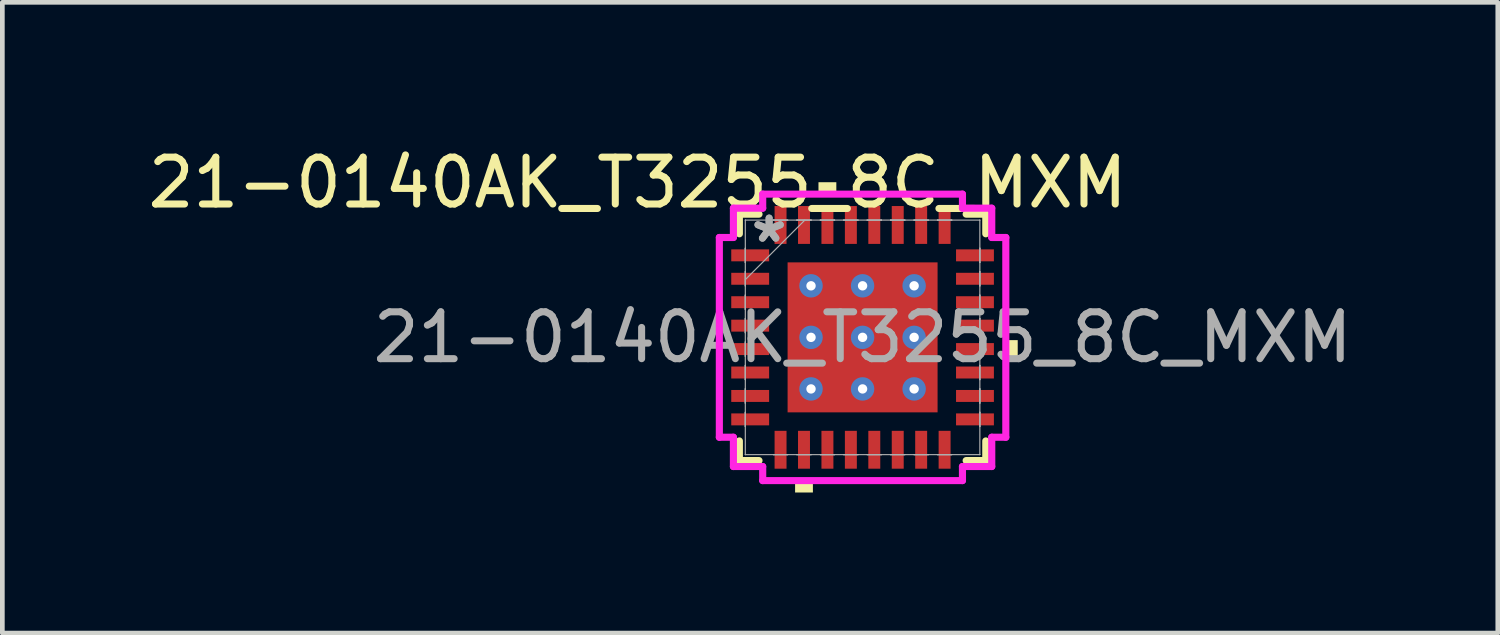
<source format=kicad_pcb>
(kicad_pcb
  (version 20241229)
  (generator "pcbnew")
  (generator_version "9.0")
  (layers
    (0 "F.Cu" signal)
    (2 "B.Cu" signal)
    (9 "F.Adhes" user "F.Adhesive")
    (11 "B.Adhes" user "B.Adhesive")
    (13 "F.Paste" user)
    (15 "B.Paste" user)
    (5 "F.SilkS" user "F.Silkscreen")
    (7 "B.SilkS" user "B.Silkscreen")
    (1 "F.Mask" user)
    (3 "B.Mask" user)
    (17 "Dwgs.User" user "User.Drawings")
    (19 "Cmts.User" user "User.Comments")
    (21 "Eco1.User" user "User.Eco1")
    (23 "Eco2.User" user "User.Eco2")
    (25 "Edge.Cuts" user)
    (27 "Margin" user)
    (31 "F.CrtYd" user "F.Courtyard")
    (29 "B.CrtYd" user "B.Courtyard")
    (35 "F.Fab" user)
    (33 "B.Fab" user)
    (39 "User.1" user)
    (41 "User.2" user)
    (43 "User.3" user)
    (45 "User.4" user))
  (footprint "21-0140AK_T3255_8C_MXM"
    (layer "F.Cu")
    (at 15.354 4.148)
    (property "Reference" "21-0140AK_T3255_8C_MXM" (at -4.8 -3.3 0) (unlocked yes) (layer "F.SilkS") (effects (font (size 1 1) (thickness 0.15))))
    (attr smd)
    (fp_line (start -2.629 -2.629) (end -2.629 -2.21) (stroke (width 0.152) (type solid)) (layer "F.SilkS"))
    (fp_line (start -2.629 2.21) (end -2.629 2.629) (stroke (width 0.152) (type solid)) (layer "F.SilkS"))
    (fp_line (start -2.629 2.629) (end -2.21 2.629) (stroke (width 0.152) (type solid)) (layer "F.SilkS"))
    (fp_line (start -2.21 -2.629) (end -2.629 -2.629) (stroke (width 0.152) (type solid)) (layer "F.SilkS"))
    (fp_line (start 2.21 2.629) (end 2.629 2.629) (stroke (width 0.152) (type solid)) (layer "F.SilkS"))
    (fp_line (start 2.629 -2.629) (end 2.21 -2.629) (stroke (width 0.152) (type solid)) (layer "F.SilkS"))
    (fp_line (start 2.629 -2.21) (end 2.629 -2.629) (stroke (width 0.152) (type solid)) (layer "F.SilkS"))
    (fp_line (start 2.629 2.629) (end 2.629 2.21) (stroke (width 0.152) (type solid)) (layer "F.SilkS"))
    (fp_poly (pts (xy -1.44 3.056) (xy -1.44 3.31) (xy -1.06 3.31) (xy -1.06 3.056)) (stroke (width 0) (type solid)) (fill yes) (layer "F.SilkS"))
    (fp_poly (pts (xy -0.941 -3.056) (xy -0.941 -3.31) (xy -0.56 -3.31) (xy -0.56 -3.056)) (stroke (width 0) (type solid)) (fill yes) (layer "F.SilkS"))
    (fp_poly (pts (xy 3.31 0.059) (xy 3.31 0.441) (xy 3.056 0.441) (xy 3.056 0.059)) (stroke (width 0) (type solid)) (fill yes) (layer "F.SilkS"))
    (fp_poly (pts (xy -1.5 -1.5) (xy -1.5 -0.1) (xy -0.1 -0.1) (xy -0.1 -1.5)) (stroke (width 0) (type solid)) (fill yes) (layer "F.Paste"))
    (fp_poly (pts (xy -1.5 0.1) (xy -1.5 1.5) (xy -0.1 1.5) (xy -0.1 0.1)) (stroke (width 0) (type solid)) (fill yes) (layer "F.Paste"))
    (fp_poly (pts (xy 0.1 -1.5) (xy 0.1 -0.1) (xy 1.5 -0.1) (xy 1.5 -1.5)) (stroke (width 0) (type solid)) (fill yes) (layer "F.Paste"))
    (fp_poly (pts (xy 0.1 0.1) (xy 0.1 1.5) (xy 1.5 1.5) (xy 1.5 0.1)) (stroke (width 0) (type solid)) (fill yes) (layer "F.Paste"))
    (fp_line (start -3.056 -2.131) (end -2.756 -2.131) (stroke (width 0.152) (type solid)) (layer "F.CrtYd"))
    (fp_line (start -3.056 2.131) (end -3.056 -2.131) (stroke (width 0.152) (type solid)) (layer "F.CrtYd"))
    (fp_line (start -2.756 -2.756) (end -2.131 -2.756) (stroke (width 0.152) (type solid)) (layer "F.CrtYd"))
    (fp_line (start -2.756 -2.131) (end -2.756 -2.756) (stroke (width 0.152) (type solid)) (layer "F.CrtYd"))
    (fp_line (start -2.756 2.131) (end -3.056 2.131) (stroke (width 0.152) (type solid)) (layer "F.CrtYd"))
    (fp_line (start -2.756 2.756) (end -2.756 2.131) (stroke (width 0.152) (type solid)) (layer "F.CrtYd"))
    (fp_line (start -2.131 -3.056) (end 2.131 -3.056) (stroke (width 0.152) (type solid)) (layer "F.CrtYd"))
    (fp_line (start -2.131 -2.756) (end -2.131 -3.056) (stroke (width 0.152) (type solid)) (layer "F.CrtYd"))
    (fp_line (start -2.131 2.756) (end -2.756 2.756) (stroke (width 0.152) (type solid)) (layer "F.CrtYd"))
    (fp_line (start -2.131 3.056) (end -2.131 2.756) (stroke (width 0.152) (type solid)) (layer "F.CrtYd"))
    (fp_line (start 2.131 -3.056) (end 2.131 -2.756) (stroke (width 0.152) (type solid)) (layer "F.CrtYd"))
    (fp_line (start 2.131 -2.756) (end 2.756 -2.756) (stroke (width 0.152) (type solid)) (layer "F.CrtYd"))
    (fp_line (start 2.131 2.756) (end 2.131 3.056) (stroke (width 0.152) (type solid)) (layer "F.CrtYd"))
    (fp_line (start 2.131 3.056) (end -2.131 3.056) (stroke (width 0.152) (type solid)) (layer "F.CrtYd"))
    (fp_line (start 2.756 -2.756) (end 2.756 -2.131) (stroke (width 0.152) (type solid)) (layer "F.CrtYd"))
    (fp_line (start 2.756 -2.131) (end 3.056 -2.131) (stroke (width 0.152) (type solid)) (layer "F.CrtYd"))
    (fp_line (start 2.756 2.131) (end 2.756 2.756) (stroke (width 0.152) (type solid)) (layer "F.CrtYd"))
    (fp_line (start 2.756 2.756) (end 2.131 2.756) (stroke (width 0.152) (type solid)) (layer "F.CrtYd"))
    (fp_line (start 3.056 -2.131) (end 3.056 2.131) (stroke (width 0.152) (type solid)) (layer "F.CrtYd"))
    (fp_line (start 3.056 2.131) (end 2.756 2.131) (stroke (width 0.152) (type solid)) (layer "F.CrtYd"))
    (fp_line (start -2.502 -2.502) (end -2.502 -2.502) (stroke (width 0.025) (type solid)) (layer "F.Fab"))
    (fp_line (start -2.502 -2.502) (end -2.502 2.502) (stroke (width 0.025) (type solid)) (layer "F.Fab"))
    (fp_line (start -2.502 -1.902) (end -2.502 -1.902) (stroke (width 0.025) (type solid)) (layer "F.Fab"))
    (fp_line (start -2.502 -1.902) (end -2.502 -1.598) (stroke (width 0.025) (type solid)) (layer "F.Fab"))
    (fp_line (start -2.502 -1.598) (end -2.502 -1.902) (stroke (width 0.025) (type solid)) (layer "F.Fab"))
    (fp_line (start -2.502 -1.598) (end -2.502 -1.598) (stroke (width 0.025) (type solid)) (layer "F.Fab"))
    (fp_line (start -2.502 -1.402) (end -2.502 -1.402) (stroke (width 0.025) (type solid)) (layer "F.Fab"))
    (fp_line (start -2.502 -1.402) (end -2.502 -1.098) (stroke (width 0.025) (type solid)) (layer "F.Fab"))
    (fp_line (start -2.502 -1.232) (end -1.232 -2.502) (stroke (width 0.025) (type solid)) (layer "F.Fab"))
    (fp_line (start -2.502 -1.098) (end -2.502 -1.402) (stroke (width 0.025) (type solid)) (layer "F.Fab"))
    (fp_line (start -2.502 -1.098) (end -2.502 -1.098) (stroke (width 0.025) (type solid)) (layer "F.Fab"))
    (fp_line (start -2.502 -0.902) (end -2.502 -0.902) (stroke (width 0.025) (type solid)) (layer "F.Fab"))
    (fp_line (start -2.502 -0.902) (end -2.502 -0.598) (stroke (width 0.025) (type solid)) (layer "F.Fab"))
    (fp_line (start -2.502 -0.598) (end -2.502 -0.902) (stroke (width 0.025) (type solid)) (layer "F.Fab"))
    (fp_line (start -2.502 -0.598) (end -2.502 -0.598) (stroke (width 0.025) (type solid)) (layer "F.Fab"))
    (fp_line (start -2.502 -0.402) (end -2.502 -0.402) (stroke (width 0.025) (type solid)) (layer "F.Fab"))
    (fp_line (start -2.502 -0.402) (end -2.502 -0.098) (stroke (width 0.025) (type solid)) (layer "F.Fab"))
    (fp_line (start -2.502 -0.098) (end -2.502 -0.402) (stroke (width 0.025) (type solid)) (layer "F.Fab"))
    (fp_line (start -2.502 -0.098) (end -2.502 -0.098) (stroke (width 0.025) (type solid)) (layer "F.Fab"))
    (fp_line (start -2.502 0.098) (end -2.502 0.098) (stroke (width 0.025) (type solid)) (layer "F.Fab"))
    (fp_line (start -2.502 0.098) (end -2.502 0.402) (stroke (width 0.025) (type solid)) (layer "F.Fab"))
    (fp_line (start -2.502 0.402) (end -2.502 0.098) (stroke (width 0.025) (type solid)) (layer "F.Fab"))
    (fp_line (start -2.502 0.402) (end -2.502 0.402) (stroke (width 0.025) (type solid)) (layer "F.Fab"))
    (fp_line (start -2.502 0.598) (end -2.502 0.598) (stroke (width 0.025) (type solid)) (layer "F.Fab"))
    (fp_line (start -2.502 0.598) (end -2.502 0.902) (stroke (width 0.025) (type solid)) (layer "F.Fab"))
    (fp_line (start -2.502 0.902) (end -2.502 0.598) (stroke (width 0.025) (type solid)) (layer "F.Fab"))
    (fp_line (start -2.502 0.902) (end -2.502 0.902) (stroke (width 0.025) (type solid)) (layer "F.Fab"))
    (fp_line (start -2.502 1.098) (end -2.502 1.098) (stroke (width 0.025) (type solid)) (layer "F.Fab"))
    (fp_line (start -2.502 1.098) (end -2.502 1.402) (stroke (width 0.025) (type solid)) (layer "F.Fab"))
    (fp_line (start -2.502 1.402) (end -2.502 1.098) (stroke (width 0.025) (type solid)) (layer "F.Fab"))
    (fp_line (start -2.502 1.402) (end -2.502 1.402) (stroke (width 0.025) (type solid)) (layer "F.Fab"))
    (fp_line (start -2.502 1.598) (end -2.502 1.598) (stroke (width 0.025) (type solid)) (layer "F.Fab"))
    (fp_line (start -2.502 1.598) (end -2.502 1.902) (stroke (width 0.025) (type solid)) (layer "F.Fab"))
    (fp_line (start -2.502 1.902) (end -2.502 1.598) (stroke (width 0.025) (type solid)) (layer "F.Fab"))
    (fp_line (start -2.502 1.902) (end -2.502 1.902) (stroke (width 0.025) (type solid)) (layer "F.Fab"))
    (fp_line (start -2.502 2.502) (end -2.502 2.502) (stroke (width 0.025) (type solid)) (layer "F.Fab"))
    (fp_line (start -2.502 2.502) (end 2.502 2.502) (stroke (width 0.025) (type solid)) (layer "F.Fab"))
    (fp_line (start -1.902 -2.502) (end -1.902 -2.502) (stroke (width 0.025) (type solid)) (layer "F.Fab"))
    (fp_line (start -1.902 -2.502) (end -1.598 -2.502) (stroke (width 0.025) (type solid)) (layer "F.Fab"))
    (fp_line (start -1.902 2.502) (end -1.902 2.502) (stroke (width 0.025) (type solid)) (layer "F.Fab"))
    (fp_line (start -1.902 2.502) (end -1.598 2.502) (stroke (width 0.025) (type solid)) (layer "F.Fab"))
    (fp_line (start -1.598 -2.502) (end -1.902 -2.502) (stroke (width 0.025) (type solid)) (layer "F.Fab"))
    (fp_line (start -1.598 -2.502) (end -1.598 -2.502) (stroke (width 0.025) (type solid)) (layer "F.Fab"))
    (fp_line (start -1.598 2.502) (end -1.902 2.502) (stroke (width 0.025) (type solid)) (layer "F.Fab"))
    (fp_line (start -1.598 2.502) (end -1.598 2.502) (stroke (width 0.025) (type solid)) (layer "F.Fab"))
    (fp_line (start -1.402 -2.502) (end -1.402 -2.502) (stroke (width 0.025) (type solid)) (layer "F.Fab"))
    (fp_line (start -1.402 -2.502) (end -1.098 -2.502) (stroke (width 0.025) (type solid)) (layer "F.Fab"))
    (fp_line (start -1.402 2.502) (end -1.402 2.502) (stroke (width 0.025) (type solid)) (layer "F.Fab"))
    (fp_line (start -1.402 2.502) (end -1.098 2.502) (stroke (width 0.025) (type solid)) (layer "F.Fab"))
    (fp_line (start -1.098 -2.502) (end -1.402 -2.502) (stroke (width 0.025) (type solid)) (layer "F.Fab"))
    (fp_line (start -1.098 -2.502) (end -1.098 -2.502) (stroke (width 0.025) (type solid)) (layer "F.Fab"))
    (fp_line (start -1.098 2.502) (end -1.402 2.502) (stroke (width 0.025) (type solid)) (layer "F.Fab"))
    (fp_line (start -1.098 2.502) (end -1.098 2.502) (stroke (width 0.025) (type solid)) (layer "F.Fab"))
    (fp_line (start -0.902 -2.502) (end -0.902 -2.502) (stroke (width 0.025) (type solid)) (layer "F.Fab"))
    (fp_line (start -0.902 -2.502) (end -0.598 -2.502) (stroke (width 0.025) (type solid)) (layer "F.Fab"))
    (fp_line (start -0.902 2.502) (end -0.902 2.502) (stroke (width 0.025) (type solid)) (layer "F.Fab"))
    (fp_line (start -0.902 2.502) (end -0.598 2.502) (stroke (width 0.025) (type solid)) (layer "F.Fab"))
    (fp_line (start -0.598 -2.502) (end -0.902 -2.502) (stroke (width 0.025) (type solid)) (layer "F.Fab"))
    (fp_line (start -0.598 -2.502) (end -0.598 -2.502) (stroke (width 0.025) (type solid)) (layer "F.Fab"))
    (fp_line (start -0.598 2.502) (end -0.902 2.502) (stroke (width 0.025) (type solid)) (layer "F.Fab"))
    (fp_line (start -0.598 2.502) (end -0.598 2.502) (stroke (width 0.025) (type solid)) (layer "F.Fab"))
    (fp_line (start -0.402 -2.502) (end -0.402 -2.502) (stroke (width 0.025) (type solid)) (layer "F.Fab"))
    (fp_line (start -0.402 -2.502) (end -0.098 -2.502) (stroke (width 0.025) (type solid)) (layer "F.Fab"))
    (fp_line (start -0.402 2.502) (end -0.402 2.502) (stroke (width 0.025) (type solid)) (layer "F.Fab"))
    (fp_line (start -0.402 2.502) (end -0.098 2.502) (stroke (width 0.025) (type solid)) (layer "F.Fab"))
    (fp_line (start -0.098 -2.502) (end -0.402 -2.502) (stroke (width 0.025) (type solid)) (layer "F.Fab"))
    (fp_line (start -0.098 -2.502) (end -0.098 -2.502) (stroke (width 0.025) (type solid)) (layer "F.Fab"))
    (fp_line (start -0.098 2.502) (end -0.402 2.502) (stroke (width 0.025) (type solid)) (layer "F.Fab"))
    (fp_line (start -0.098 2.502) (end -0.098 2.502) (stroke (width 0.025) (type solid)) (layer "F.Fab"))
    (fp_line (start 0.098 -2.502) (end 0.098 -2.502) (stroke (width 0.025) (type solid)) (layer "F.Fab"))
    (fp_line (start 0.098 -2.502) (end 0.402 -2.502) (stroke (width 0.025) (type solid)) (layer "F.Fab"))
    (fp_line (start 0.098 2.502) (end 0.098 2.502) (stroke (width 0.025) (type solid)) (layer "F.Fab"))
    (fp_line (start 0.098 2.502) (end 0.402 2.502) (stroke (width 0.025) (type solid)) (layer "F.Fab"))
    (fp_line (start 0.402 -2.502) (end 0.098 -2.502) (stroke (width 0.025) (type solid)) (layer "F.Fab"))
    (fp_line (start 0.402 -2.502) (end 0.402 -2.502) (stroke (width 0.025) (type solid)) (layer "F.Fab"))
    (fp_line (start 0.402 2.502) (end 0.098 2.502) (stroke (width 0.025) (type solid)) (layer "F.Fab"))
    (fp_line (start 0.402 2.502) (end 0.402 2.502) (stroke (width 0.025) (type solid)) (layer "F.Fab"))
    (fp_line (start 0.598 -2.502) (end 0.598 -2.502) (stroke (width 0.025) (type solid)) (layer "F.Fab"))
    (fp_line (start 0.598 -2.502) (end 0.902 -2.502) (stroke (width 0.025) (type solid)) (layer "F.Fab"))
    (fp_line (start 0.598 2.502) (end 0.598 2.502) (stroke (width 0.025) (type solid)) (layer "F.Fab"))
    (fp_line (start 0.598 2.502) (end 0.902 2.502) (stroke (width 0.025) (type solid)) (layer "F.Fab"))
    (fp_line (start 0.902 -2.502) (end 0.598 -2.502) (stroke (width 0.025) (type solid)) (layer "F.Fab"))
    (fp_line (start 0.902 -2.502) (end 0.902 -2.502) (stroke (width 0.025) (type solid)) (layer "F.Fab"))
    (fp_line (start 0.902 2.502) (end 0.598 2.502) (stroke (width 0.025) (type solid)) (layer "F.Fab"))
    (fp_line (start 0.902 2.502) (end 0.902 2.502) (stroke (width 0.025) (type solid)) (layer "F.Fab"))
    (fp_line (start 1.098 -2.502) (end 1.098 -2.502) (stroke (width 0.025) (type solid)) (layer "F.Fab"))
    (fp_line (start 1.098 -2.502) (end 1.402 -2.502) (stroke (width 0.025) (type solid)) (layer "F.Fab"))
    (fp_line (start 1.098 2.502) (end 1.098 2.502) (stroke (width 0.025) (type solid)) (layer "F.Fab"))
    (fp_line (start 1.098 2.502) (end 1.402 2.502) (stroke (width 0.025) (type solid)) (layer "F.Fab"))
    (fp_line (start 1.402 -2.502) (end 1.098 -2.502) (stroke (width 0.025) (type solid)) (layer "F.Fab"))
    (fp_line (start 1.402 -2.502) (end 1.402 -2.502) (stroke (width 0.025) (type solid)) (layer "F.Fab"))
    (fp_line (start 1.402 2.502) (end 1.098 2.502) (stroke (width 0.025) (type solid)) (layer "F.Fab"))
    (fp_line (start 1.402 2.502) (end 1.402 2.502) (stroke (width 0.025) (type solid)) (layer "F.Fab"))
    (fp_line (start 1.598 -2.502) (end 1.598 -2.502) (stroke (width 0.025) (type solid)) (layer "F.Fab"))
    (fp_line (start 1.598 -2.502) (end 1.902 -2.502) (stroke (width 0.025) (type solid)) (layer "F.Fab"))
    (fp_line (start 1.598 2.502) (end 1.598 2.502) (stroke (width 0.025) (type solid)) (layer "F.Fab"))
    (fp_line (start 1.598 2.502) (end 1.902 2.502) (stroke (width 0.025) (type solid)) (layer "F.Fab"))
    (fp_line (start 1.902 -2.502) (end 1.598 -2.502) (stroke (width 0.025) (type solid)) (layer "F.Fab"))
    (fp_line (start 1.902 -2.502) (end 1.902 -2.502) (stroke (width 0.025) (type solid)) (layer "F.Fab"))
    (fp_line (start 1.902 2.502) (end 1.598 2.502) (stroke (width 0.025) (type solid)) (layer "F.Fab"))
    (fp_line (start 1.902 2.502) (end 1.902 2.502) (stroke (width 0.025) (type solid)) (layer "F.Fab"))
    (fp_line (start 2.502 -2.502) (end -2.502 -2.502) (stroke (width 0.025) (type solid)) (layer "F.Fab"))
    (fp_line (start 2.502 -2.502) (end 2.502 -2.502) (stroke (width 0.025) (type solid)) (layer "F.Fab"))
    (fp_line (start 2.502 -1.902) (end 2.502 -1.902) (stroke (width 0.025) (type solid)) (layer "F.Fab"))
    (fp_line (start 2.502 -1.902) (end 2.502 -1.598) (stroke (width 0.025) (type solid)) (layer "F.Fab"))
    (fp_line (start 2.502 -1.598) (end 2.502 -1.902) (stroke (width 0.025) (type solid)) (layer "F.Fab"))
    (fp_line (start 2.502 -1.598) (end 2.502 -1.598) (stroke (width 0.025) (type solid)) (layer "F.Fab"))
    (fp_line (start 2.502 -1.402) (end 2.502 -1.402) (stroke (width 0.025) (type solid)) (layer "F.Fab"))
    (fp_line (start 2.502 -1.402) (end 2.502 -1.098) (stroke (width 0.025) (type solid)) (layer "F.Fab"))
    (fp_line (start 2.502 -1.098) (end 2.502 -1.402) (stroke (width 0.025) (type solid)) (layer "F.Fab"))
    (fp_line (start 2.502 -1.098) (end 2.502 -1.098) (stroke (width 0.025) (type solid)) (layer "F.Fab"))
    (fp_line (start 2.502 -0.902) (end 2.502 -0.902) (stroke (width 0.025) (type solid)) (layer "F.Fab"))
    (fp_line (start 2.502 -0.902) (end 2.502 -0.598) (stroke (width 0.025) (type solid)) (layer "F.Fab"))
    (fp_line (start 2.502 -0.598) (end 2.502 -0.902) (stroke (width 0.025) (type solid)) (layer "F.Fab"))
    (fp_line (start 2.502 -0.598) (end 2.502 -0.598) (stroke (width 0.025) (type solid)) (layer "F.Fab"))
    (fp_line (start 2.502 -0.402) (end 2.502 -0.402) (stroke (width 0.025) (type solid)) (layer "F.Fab"))
    (fp_line (start 2.502 -0.402) (end 2.502 -0.098) (stroke (width 0.025) (type solid)) (layer "F.Fab"))
    (fp_line (start 2.502 -0.098) (end 2.502 -0.402) (stroke (width 0.025) (type solid)) (layer "F.Fab"))
    (fp_line (start 2.502 -0.098) (end 2.502 -0.098) (stroke (width 0.025) (type solid)) (layer "F.Fab"))
    (fp_line (start 2.502 0.098) (end 2.502 0.098) (stroke (width 0.025) (type solid)) (layer "F.Fab"))
    (fp_line (start 2.502 0.098) (end 2.502 0.402) (stroke (width 0.025) (type solid)) (layer "F.Fab"))
    (fp_line (start 2.502 0.402) (end 2.502 0.098) (stroke (width 0.025) (type solid)) (layer "F.Fab"))
    (fp_line (start 2.502 0.402) (end 2.502 0.402) (stroke (width 0.025) (type solid)) (layer "F.Fab"))
    (fp_line (start 2.502 0.598) (end 2.502 0.598) (stroke (width 0.025) (type solid)) (layer "F.Fab"))
    (fp_line (start 2.502 0.598) (end 2.502 0.902) (stroke (width 0.025) (type solid)) (layer "F.Fab"))
    (fp_line (start 2.502 0.902) (end 2.502 0.598) (stroke (width 0.025) (type solid)) (layer "F.Fab"))
    (fp_line (start 2.502 0.902) (end 2.502 0.902) (stroke (width 0.025) (type solid)) (layer "F.Fab"))
    (fp_line (start 2.502 1.098) (end 2.502 1.098) (stroke (width 0.025) (type solid)) (layer "F.Fab"))
    (fp_line (start 2.502 1.098) (end 2.502 1.402) (stroke (width 0.025) (type solid)) (layer "F.Fab"))
    (fp_line (start 2.502 1.402) (end 2.502 1.098) (stroke (width 0.025) (type solid)) (layer "F.Fab"))
    (fp_line (start 2.502 1.402) (end 2.502 1.402) (stroke (width 0.025) (type solid)) (layer "F.Fab"))
    (fp_line (start 2.502 1.598) (end 2.502 1.598) (stroke (width 0.025) (type solid)) (layer "F.Fab"))
    (fp_line (start 2.502 1.598) (end 2.502 1.902) (stroke (width 0.025) (type solid)) (layer "F.Fab"))
    (fp_line (start 2.502 1.902) (end 2.502 1.598) (stroke (width 0.025) (type solid)) (layer "F.Fab"))
    (fp_line (start 2.502 1.902) (end 2.502 1.902) (stroke (width 0.025) (type solid)) (layer "F.Fab"))
    (fp_line (start 2.502 2.502) (end 2.502 -2.502) (stroke (width 0.025) (type solid)) (layer "F.Fab"))
    (fp_line (start 2.502 2.502) (end 2.502 2.502) (stroke (width 0.025) (type solid)) (layer "F.Fab"))
    (fp_text user "*" (at -1.994 -2 0) (unlocked yes) (layer "F.Fab") (effects (font (size 1 1) (thickness 0.15))))
    (fp_text user "*" (at -1.994 -2 0) (layer "F.Fab") (effects (font (size 1 1) (thickness 0.15))))
    (fp_text user "${REFERENCE}" (at 0 0 0) (unlocked yes) (layer "F.Fab") (effects (font (size 1 1) (thickness 0.15))))
    (pad "1" smd rect (at -2.398 -1.75 90) (size 0.255 0.808) (layers "F.Cu" "F.Mask" "F.Paste"))
    (pad "2" smd rect (at -2.398 -1.25 90) (size 0.255 0.808) (layers "F.Cu" "F.Mask" "F.Paste"))
    (pad "3" smd rect (at -2.398 -0.75 90) (size 0.255 0.808) (layers "F.Cu" "F.Mask" "F.Paste"))
    (pad "4" smd rect (at -2.398 -0.25 90) (size 0.255 0.808) (layers "F.Cu" "F.Mask" "F.Paste"))
    (pad "5" smd rect (at -2.398 0.25 90) (size 0.255 0.808) (layers "F.Cu" "F.Mask" "F.Paste"))
    (pad "6" smd rect (at -2.398 0.75 90) (size 0.255 0.808) (layers "F.Cu" "F.Mask" "F.Paste"))
    (pad "7" smd rect (at -2.398 1.25 90) (size 0.255 0.808) (layers "F.Cu" "F.Mask" "F.Paste"))
    (pad "8" smd rect (at -2.398 1.75 90) (size 0.255 0.808) (layers "F.Cu" "F.Mask" "F.Paste"))
    (pad "9" smd rect (at -1.75 2.398) (size 0.255 0.808) (layers "F.Cu" "F.Mask" "F.Paste"))
    (pad "10" smd rect (at -1.25 2.398) (size 0.255 0.808) (layers "F.Cu" "F.Mask" "F.Paste"))
    (pad "11" smd rect (at -0.75 2.398) (size 0.255 0.808) (layers "F.Cu" "F.Mask" "F.Paste"))
    (pad "12" smd rect (at -0.25 2.398) (size 0.255 0.808) (layers "F.Cu" "F.Mask" "F.Paste"))
    (pad "13" smd rect (at 0.25 2.398) (size 0.255 0.808) (layers "F.Cu" "F.Mask" "F.Paste"))
    (pad "14" smd rect (at 0.75 2.398) (size 0.255 0.808) (layers "F.Cu" "F.Mask" "F.Paste"))
    (pad "15" smd rect (at 1.25 2.398) (size 0.255 0.808) (layers "F.Cu" "F.Mask" "F.Paste"))
    (pad "16" smd rect (at 1.75 2.398) (size 0.255 0.808) (layers "F.Cu" "F.Mask" "F.Paste"))
    (pad "17" smd rect (at 2.398 1.75 90) (size 0.255 0.808) (layers "F.Cu" "F.Mask" "F.Paste"))
    (pad "18" smd rect (at 2.398 1.25 90) (size 0.255 0.808) (layers "F.Cu" "F.Mask" "F.Paste"))
    (pad "19" smd rect (at 2.398 0.75 90) (size 0.255 0.808) (layers "F.Cu" "F.Mask" "F.Paste"))
    (pad "20" smd rect (at 2.398 0.25 90) (size 0.255 0.808) (layers "F.Cu" "F.Mask" "F.Paste"))
    (pad "21" smd rect (at 2.398 -0.25 90) (size 0.255 0.808) (layers "F.Cu" "F.Mask" "F.Paste"))
    (pad "22" smd rect (at 2.398 -0.75 90) (size 0.255 0.808) (layers "F.Cu" "F.Mask" "F.Paste"))
    (pad "23" smd rect (at 2.398 -1.25 90) (size 0.255 0.808) (layers "F.Cu" "F.Mask" "F.Paste"))
    (pad "24" smd rect (at 2.398 -1.75 90) (size 0.255 0.808) (layers "F.Cu" "F.Mask" "F.Paste"))
    (pad "25" smd rect (at 1.75 -2.398) (size 0.255 0.808) (layers "F.Cu" "F.Mask" "F.Paste"))
    (pad "26" smd rect (at 1.25 -2.398) (size 0.255 0.808) (layers "F.Cu" "F.Mask" "F.Paste"))
    (pad "27" smd rect (at 0.75 -2.398) (size 0.255 0.808) (layers "F.Cu" "F.Mask" "F.Paste"))
    (pad "28" smd rect (at 0.25 -2.398) (size 0.255 0.808) (layers "F.Cu" "F.Mask" "F.Paste"))
    (pad "29" smd rect (at -0.25 -2.398) (size 0.255 0.808) (layers "F.Cu" "F.Mask" "F.Paste"))
    (pad "30" smd rect (at -0.75 -2.398) (size 0.255 0.808) (layers "F.Cu" "F.Mask" "F.Paste"))
    (pad "31" smd rect (at -1.25 -2.398) (size 0.255 0.808) (layers "F.Cu" "F.Mask" "F.Paste"))
    (pad "32" smd rect (at -1.75 -2.398) (size 0.255 0.808) (layers "F.Cu" "F.Mask" "F.Paste"))
    (pad "33" thru_hole circle (at -1.1 -1.1) (size 0.5 0.5) (drill 0.2) (layers "*.Cu" "F.Mask"))
    (pad "33" thru_hole circle (at -1.1 0) (size 0.5 0.5) (drill 0.2) (layers "*.Cu" "F.Mask"))
    (pad "33" thru_hole circle (at -1.1 1.1) (size 0.5 0.5) (drill 0.2) (layers "*.Cu" "F.Mask"))
    (pad "33" thru_hole circle (at 0 -1.1) (size 0.5 0.5) (drill 0.2) (layers "*.Cu" "F.Mask"))
    (pad "33" thru_hole circle (at 0 0) (size 0.5 0.5) (drill 0.2) (layers "*.Cu" "F.Mask"))
    (pad "33" smd rect (at 0 0) (size 3.2 3.2) (layers "F.Cu" "F.Mask" "F.Paste"))
    (pad "33" thru_hole circle (at 0 1.1) (size 0.5 0.5) (drill 0.2) (layers "*.Cu" "F.Mask"))
    (pad "33" thru_hole circle (at 1.1 -1.1) (size 0.5 0.5) (drill 0.2) (layers "*.Cu" "F.Mask"))
    (pad "33" thru_hole circle (at 1.1 0) (size 0.5 0.5) (drill 0.2) (layers "*.Cu" "F.Mask"))
    (pad "33" thru_hole circle (at 1.1 1.1) (size 0.5 0.5) (drill 0.2) (layers "*.Cu" "F.Mask")))
  (gr_rect
    (start -3 -3)
    (end 28.907 10.458)
    (stroke (width 0.1) (type default))
    (fill no)
    (layer "Edge.Cuts")))
</source>
